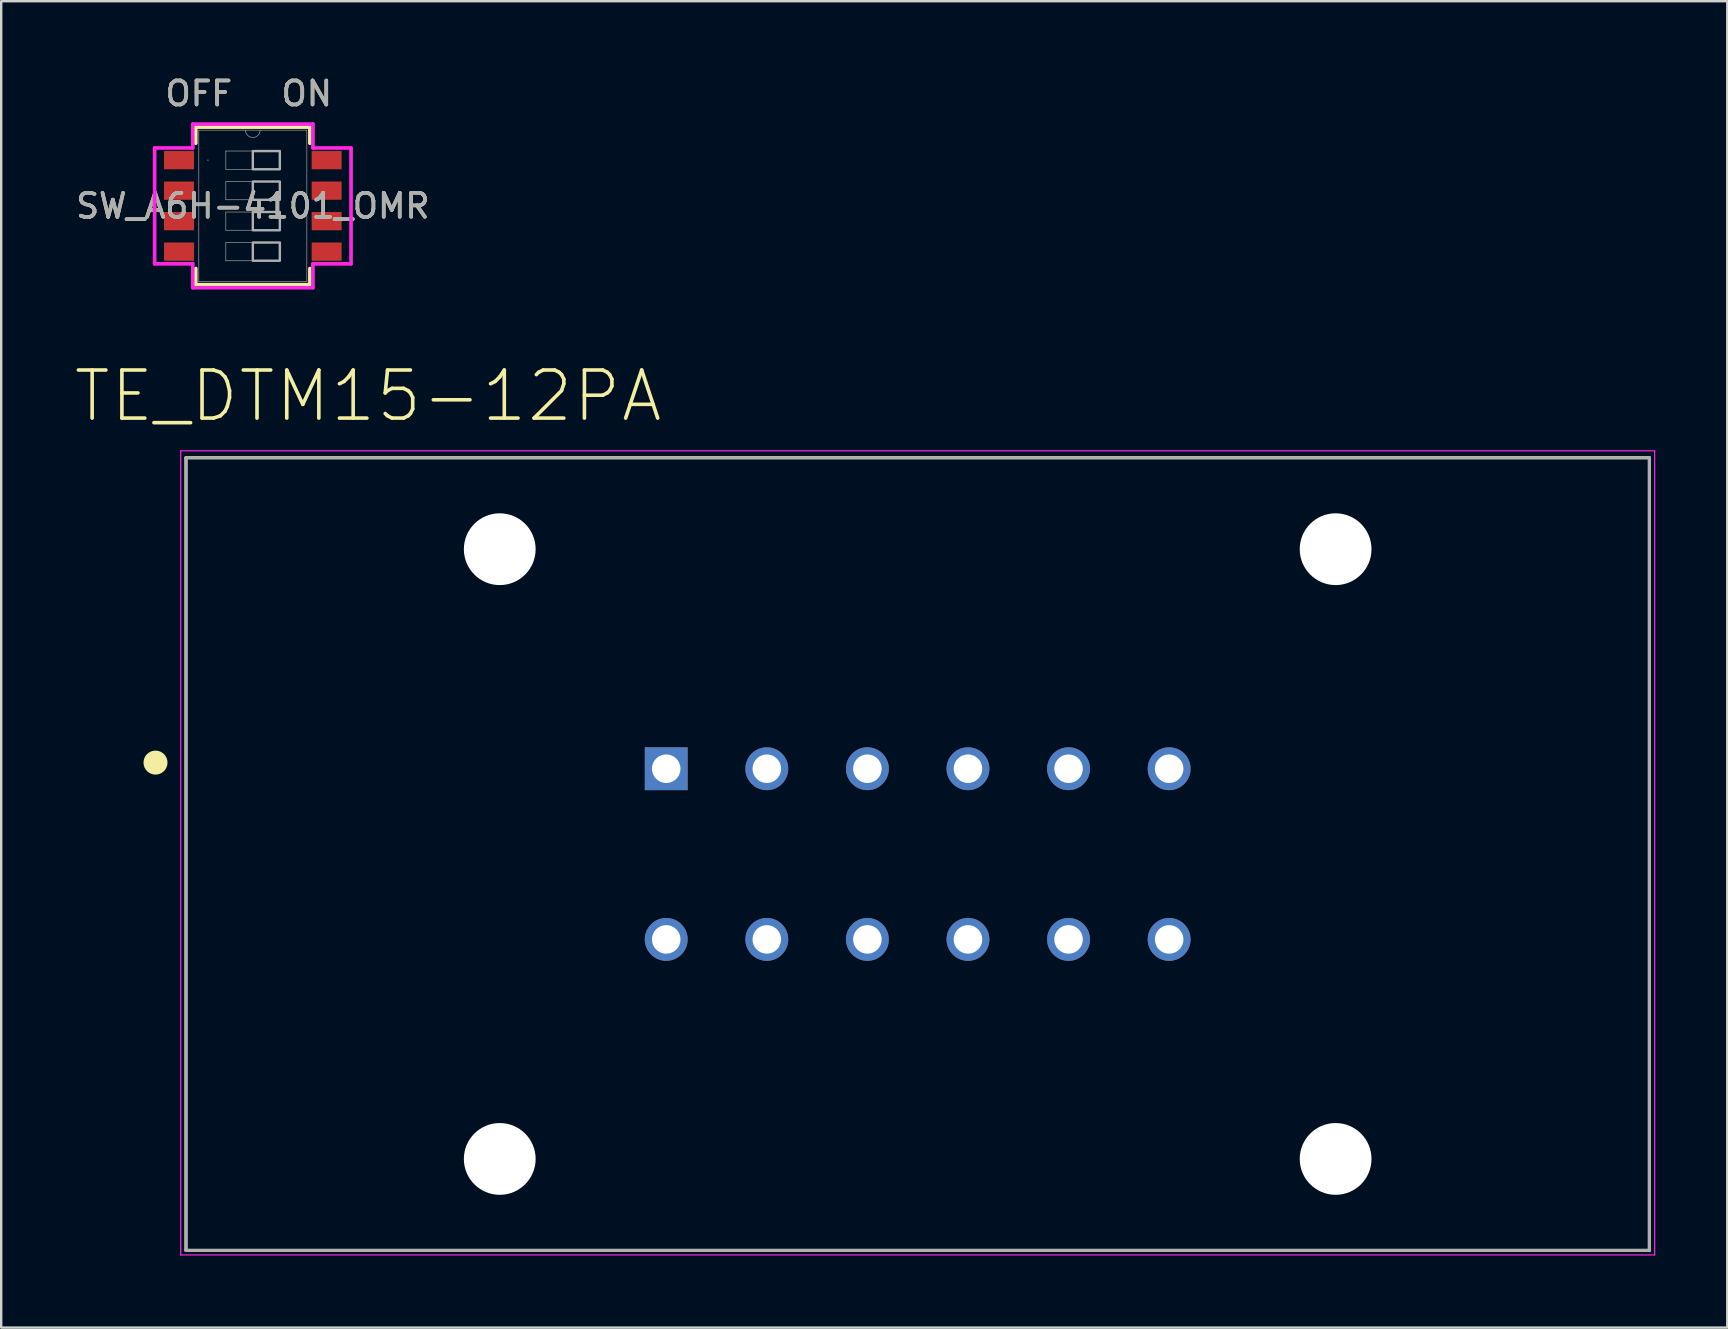
<source format=kicad_pcb>
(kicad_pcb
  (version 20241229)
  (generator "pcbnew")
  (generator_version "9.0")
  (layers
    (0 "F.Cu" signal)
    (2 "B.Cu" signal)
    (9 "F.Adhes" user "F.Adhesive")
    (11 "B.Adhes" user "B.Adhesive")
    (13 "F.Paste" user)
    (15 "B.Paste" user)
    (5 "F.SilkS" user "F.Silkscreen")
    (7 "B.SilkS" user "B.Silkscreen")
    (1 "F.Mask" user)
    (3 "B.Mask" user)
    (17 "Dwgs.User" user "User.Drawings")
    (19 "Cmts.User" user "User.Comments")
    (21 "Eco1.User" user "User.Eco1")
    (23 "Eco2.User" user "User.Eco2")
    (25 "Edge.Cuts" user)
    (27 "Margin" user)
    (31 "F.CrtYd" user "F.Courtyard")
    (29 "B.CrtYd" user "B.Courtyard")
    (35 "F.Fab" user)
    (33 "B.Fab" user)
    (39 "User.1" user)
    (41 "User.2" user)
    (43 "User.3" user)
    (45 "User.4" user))
  (footprint "TE_DTM15-12PA"
    (layer "F.Cu")
    (at 35.178 32.528)
    (property "Reference" "TE_DTM15-12PA" (at -22.896 -19.08 0) (layer "F.SilkS") (effects (font (size 2.003 2.003) (thickness 0.15))))
    (attr through_hole)
    (fp_line (start -30.48 -16.51) (end 30.48 -16.51) (stroke (width 0.127) (type solid)) (layer "F.SilkS"))
    (fp_line (start -30.48 16.51) (end -30.48 -16.51) (stroke (width 0.127) (type solid)) (layer "F.SilkS"))
    (fp_line (start 30.48 -16.51) (end 30.48 16.51) (stroke (width 0.127) (type solid)) (layer "F.SilkS"))
    (fp_line (start 30.48 16.51) (end -30.48 16.51) (stroke (width 0.127) (type solid)) (layer "F.SilkS"))
    (fp_circle (center -31.75 -3.81) (end -31.5 -3.81) (stroke (width 0.5) (type solid)) (fill no) (layer "F.SilkS"))
    (fp_line (start -30.7 -16.8) (end 30.7 -16.8) (stroke (width 0.05) (type solid)) (layer "F.CrtYd"))
    (fp_line (start -30.7 16.7) (end -30.7 -16.8) (stroke (width 0.05) (type solid)) (layer "F.CrtYd"))
    (fp_line (start 30.7 -16.8) (end 30.7 16.7) (stroke (width 0.05) (type solid)) (layer "F.CrtYd"))
    (fp_line (start 30.7 16.7) (end -30.7 16.7) (stroke (width 0.05) (type solid)) (layer "F.CrtYd"))
    (fp_line (start -30.48 -16.51) (end 30.48 -16.51) (stroke (width 0.127) (type solid)) (layer "F.Fab"))
    (fp_line (start -30.48 16.51) (end -30.48 -16.51) (stroke (width 0.127) (type solid)) (layer "F.Fab"))
    (fp_line (start 30.48 -16.51) (end 30.48 16.51) (stroke (width 0.127) (type solid)) (layer "F.Fab"))
    (fp_line (start 30.48 16.51) (end -30.48 16.51) (stroke (width 0.127) (type solid)) (layer "F.Fab"))
    (pad "" np_thru_hole circle (at -17.41 -12.7) (size 2.99 2.99) (drill 2.99) (layers "*.Cu" "*.Mask"))
    (pad "" np_thru_hole circle (at -17.41 12.7) (size 2.99 2.99) (drill 2.99) (layers "*.Cu" "*.Mask"))
    (pad "" np_thru_hole circle (at 17.41 -12.7) (size 2.99 2.99) (drill 2.99) (layers "*.Cu" "*.Mask"))
    (pad "" np_thru_hole circle (at 17.41 12.7) (size 2.99 2.99) (drill 2.99) (layers "*.Cu" "*.Mask"))
    (pad "1" thru_hole rect (at -10.475 -3.555) (size 1.785 1.785) (drill 1.19) (layers "*.Cu" "*.Mask"))
    (pad "2" thru_hole circle (at -6.285 -3.555) (size 1.785 1.785) (drill 1.19) (layers "*.Cu" "*.Mask"))
    (pad "3" thru_hole circle (at -2.095 -3.555) (size 1.785 1.785) (drill 1.19) (layers "*.Cu" "*.Mask"))
    (pad "4" thru_hole circle (at 2.095 -3.555) (size 1.785 1.785) (drill 1.19) (layers "*.Cu" "*.Mask"))
    (pad "5" thru_hole circle (at 6.285 -3.555) (size 1.785 1.785) (drill 1.19) (layers "*.Cu" "*.Mask"))
    (pad "6" thru_hole circle (at 10.475 -3.555) (size 1.785 1.785) (drill 1.19) (layers "*.Cu" "*.Mask"))
    (pad "7" thru_hole circle (at 10.475 3.555) (size 1.785 1.785) (drill 1.19) (layers "*.Cu" "*.Mask"))
    (pad "8" thru_hole circle (at 6.285 3.555) (size 1.785 1.785) (drill 1.19) (layers "*.Cu" "*.Mask"))
    (pad "9" thru_hole circle (at 2.095 3.555) (size 1.785 1.785) (drill 1.19) (layers "*.Cu" "*.Mask"))
    (pad "10" thru_hole circle (at -2.095 3.555) (size 1.785 1.785) (drill 1.19) (layers "*.Cu" "*.Mask"))
    (pad "11" thru_hole circle (at -6.285 3.555) (size 1.785 1.785) (drill 1.19) (layers "*.Cu" "*.Mask"))
    (pad "12" thru_hole circle (at -10.475 3.555) (size 1.785 1.785) (drill 1.19) (layers "*.Cu" "*.Mask")))
  (footprint "SW_A6H-4101_OMR"
    (layer "F.Cu")
    (at 7.482 5.527)
    (property "Reference" "SW_A6H-4101_OMR" (at 0 0 0) (unlocked yes) (layer "F.SilkS") (effects (font (size 1 1) (thickness 0.15))))
    (attr smd)
    (fp_line (start -2.377 -3.282) (end -2.377 -2.61) (stroke (width 0.152) (type solid)) (layer "F.SilkS"))
    (fp_line (start -2.377 2.61) (end -2.377 3.282) (stroke (width 0.152) (type solid)) (layer "F.SilkS"))
    (fp_line (start -2.377 3.282) (end 2.377 3.282) (stroke (width 0.152) (type solid)) (layer "F.SilkS"))
    (fp_line (start 2.377 -3.282) (end -2.377 -3.282) (stroke (width 0.152) (type solid)) (layer "F.SilkS"))
    (fp_line (start 2.377 -2.61) (end 2.377 -3.282) (stroke (width 0.152) (type solid)) (layer "F.SilkS"))
    (fp_line (start 2.377 3.282) (end 2.377 2.61) (stroke (width 0.152) (type solid)) (layer "F.SilkS"))
    (fp_line (start -4.091 -2.413) (end -2.504 -2.413) (stroke (width 0.152) (type solid)) (layer "F.CrtYd"))
    (fp_line (start -4.091 2.413) (end -4.091 -2.413) (stroke (width 0.152) (type solid)) (layer "F.CrtYd"))
    (fp_line (start -2.504 -3.409) (end 2.504 -3.409) (stroke (width 0.152) (type solid)) (layer "F.CrtYd"))
    (fp_line (start -2.504 -2.413) (end -2.504 -3.409) (stroke (width 0.152) (type solid)) (layer "F.CrtYd"))
    (fp_line (start -2.504 2.413) (end -4.091 2.413) (stroke (width 0.152) (type solid)) (layer "F.CrtYd"))
    (fp_line (start -2.504 3.409) (end -2.504 2.413) (stroke (width 0.152) (type solid)) (layer "F.CrtYd"))
    (fp_line (start 2.504 -3.409) (end 2.504 -2.413) (stroke (width 0.152) (type solid)) (layer "F.CrtYd"))
    (fp_line (start 2.504 -2.413) (end 4.091 -2.413) (stroke (width 0.152) (type solid)) (layer "F.CrtYd"))
    (fp_line (start 2.504 2.413) (end 2.504 3.409) (stroke (width 0.152) (type solid)) (layer "F.CrtYd"))
    (fp_line (start 2.504 3.409) (end -2.504 3.409) (stroke (width 0.152) (type solid)) (layer "F.CrtYd"))
    (fp_line (start 4.091 -2.413) (end 4.091 2.413) (stroke (width 0.152) (type solid)) (layer "F.CrtYd"))
    (fp_line (start 4.091 2.413) (end 2.504 2.413) (stroke (width 0.152) (type solid)) (layer "F.CrtYd"))
    (fp_line (start -2.25 -3.155) (end -2.25 3.155) (stroke (width 0.025) (type solid)) (layer "F.Fab"))
    (fp_line (start -2.25 3.155) (end 2.25 3.155) (stroke (width 0.025) (type solid)) (layer "F.Fab"))
    (fp_line (start -1.125 -2.285) (end 1.125 -2.285) (stroke (width 0.025) (type solid)) (layer "F.Fab"))
    (fp_line (start -1.125 -1.525) (end -1.125 -2.285) (stroke (width 0.025) (type solid)) (layer "F.Fab"))
    (fp_line (start -1.125 -1.015) (end 1.125 -1.015) (stroke (width 0.025) (type solid)) (layer "F.Fab"))
    (fp_line (start -1.125 -0.255) (end -1.125 -1.015) (stroke (width 0.025) (type solid)) (layer "F.Fab"))
    (fp_line (start -1.125 0.255) (end 1.125 0.255) (stroke (width 0.025) (type solid)) (layer "F.Fab"))
    (fp_line (start -1.125 1.015) (end -1.125 0.255) (stroke (width 0.025) (type solid)) (layer "F.Fab"))
    (fp_line (start -1.125 1.525) (end 1.125 1.525) (stroke (width 0.025) (type solid)) (layer "F.Fab"))
    (fp_line (start -1.125 2.285) (end -1.125 1.525) (stroke (width 0.025) (type solid)) (layer "F.Fab"))
    (fp_line (start 1.125 -2.285) (end 1.125 -1.525) (stroke (width 0.025) (type solid)) (layer "F.Fab"))
    (fp_line (start 1.125 -1.525) (end -1.125 -1.525) (stroke (width 0.025) (type solid)) (layer "F.Fab"))
    (fp_line (start 1.125 -1.015) (end 1.125 -0.255) (stroke (width 0.025) (type solid)) (layer "F.Fab"))
    (fp_line (start 1.125 -0.255) (end -1.125 -0.255) (stroke (width 0.025) (type solid)) (layer "F.Fab"))
    (fp_line (start 1.125 0.255) (end 1.125 1.015) (stroke (width 0.025) (type solid)) (layer "F.Fab"))
    (fp_line (start 1.125 1.015) (end -1.125 1.015) (stroke (width 0.025) (type solid)) (layer "F.Fab"))
    (fp_line (start 1.125 1.525) (end 1.125 2.285) (stroke (width 0.025) (type solid)) (layer "F.Fab"))
    (fp_line (start 1.125 2.285) (end -1.125 2.285) (stroke (width 0.025) (type solid)) (layer "F.Fab"))
    (fp_line (start 2.25 -3.155) (end -2.25 -3.155) (stroke (width 0.025) (type solid)) (layer "F.Fab"))
    (fp_line (start 2.25 3.155) (end 2.25 -3.155) (stroke (width 0.025) (type solid)) (layer "F.Fab"))
    (fp_arc (start 0.3048 -3.155) (mid 0 -2.8502) (end -0.3048 -3.155) (stroke (width 0.0254) (type solid)) (layer "F.Fab"))
    (fp_circle (center -1.869 -1.905) (end -1.869 -1.905) (stroke (width 0.025) (type solid)) (fill no) (layer "F.Fab"))
    (fp_poly (pts (xy 0 -2.285) (xy 1.125 -2.285) (xy 1.125 -1.525) (xy 0 -1.525)) (stroke (width 0.1) (type solid)) (fill no) (layer "F.Fab"))
    (fp_poly (pts (xy 0 -1.015) (xy 1.125 -1.015) (xy 1.125 -0.255) (xy 0 -0.255)) (stroke (width 0.1) (type solid)) (fill no) (layer "F.Fab"))
    (fp_poly (pts (xy 0 0.255) (xy 1.125 0.255) (xy 1.125 1.015) (xy 0 1.015)) (stroke (width 0.1) (type solid)) (fill no) (layer "F.Fab"))
    (fp_poly (pts (xy 0 1.525) (xy 1.125 1.525) (xy 1.125 2.285) (xy 0 2.285)) (stroke (width 0.1) (type solid)) (fill no) (layer "F.Fab"))
    (fp_text user "ON" (at 2.25 -4.679 0) (unlocked yes) (layer "F.SilkS") (effects (font (size 1 1) (thickness 0.15))))
    (fp_text user "OFF" (at -2.25 -4.679 0) (unlocked yes) (layer "F.SilkS") (effects (font (size 1 1) (thickness 0.15))))
    (fp_text user "ON" (at 2.25 -4.679 0) (unlocked yes) (layer "F.Fab") (effects (font (size 1 1) (thickness 0.15))))
    (fp_text user "OFF" (at -2.25 -4.679 0) (unlocked yes) (layer "F.Fab") (effects (font (size 1 1) (thickness 0.15))))
    (fp_text user "${REFERENCE}" (at 0 0 0) (unlocked yes) (layer "F.Fab") (effects (font (size 1 1) (thickness 0.15))))
    (pad "1" smd rect (at -3.075 -1.905) (size 1.25 0.76) (layers "F.Cu" "F.Mask" "F.Paste"))
    (pad "2" smd rect (at -3.075 -0.635) (size 1.25 0.76) (layers "F.Cu" "F.Mask" "F.Paste"))
    (pad "3" smd rect (at -3.075 0.635) (size 1.25 0.76) (layers "F.Cu" "F.Mask" "F.Paste"))
    (pad "4" smd rect (at -3.075 1.905) (size 1.25 0.76) (layers "F.Cu" "F.Mask" "F.Paste"))
    (pad "5" smd rect (at 3.075 1.905) (size 1.25 0.76) (layers "F.Cu" "F.Mask" "F.Paste"))
    (pad "6" smd rect (at 3.075 0.635) (size 1.25 0.76) (layers "F.Cu" "F.Mask" "F.Paste"))
    (pad "7" smd rect (at 3.075 -0.635) (size 1.25 0.76) (layers "F.Cu" "F.Mask" "F.Paste"))
    (pad "8" smd rect (at 3.075 -1.905) (size 1.25 0.76) (layers "F.Cu" "F.Mask" "F.Paste")))
  (gr_rect
    (start -3 -3)
    (end 68.903 52.253)
    (stroke (width 0.1) (type default))
    (fill no)
    (layer "Edge.Cuts")))
</source>
